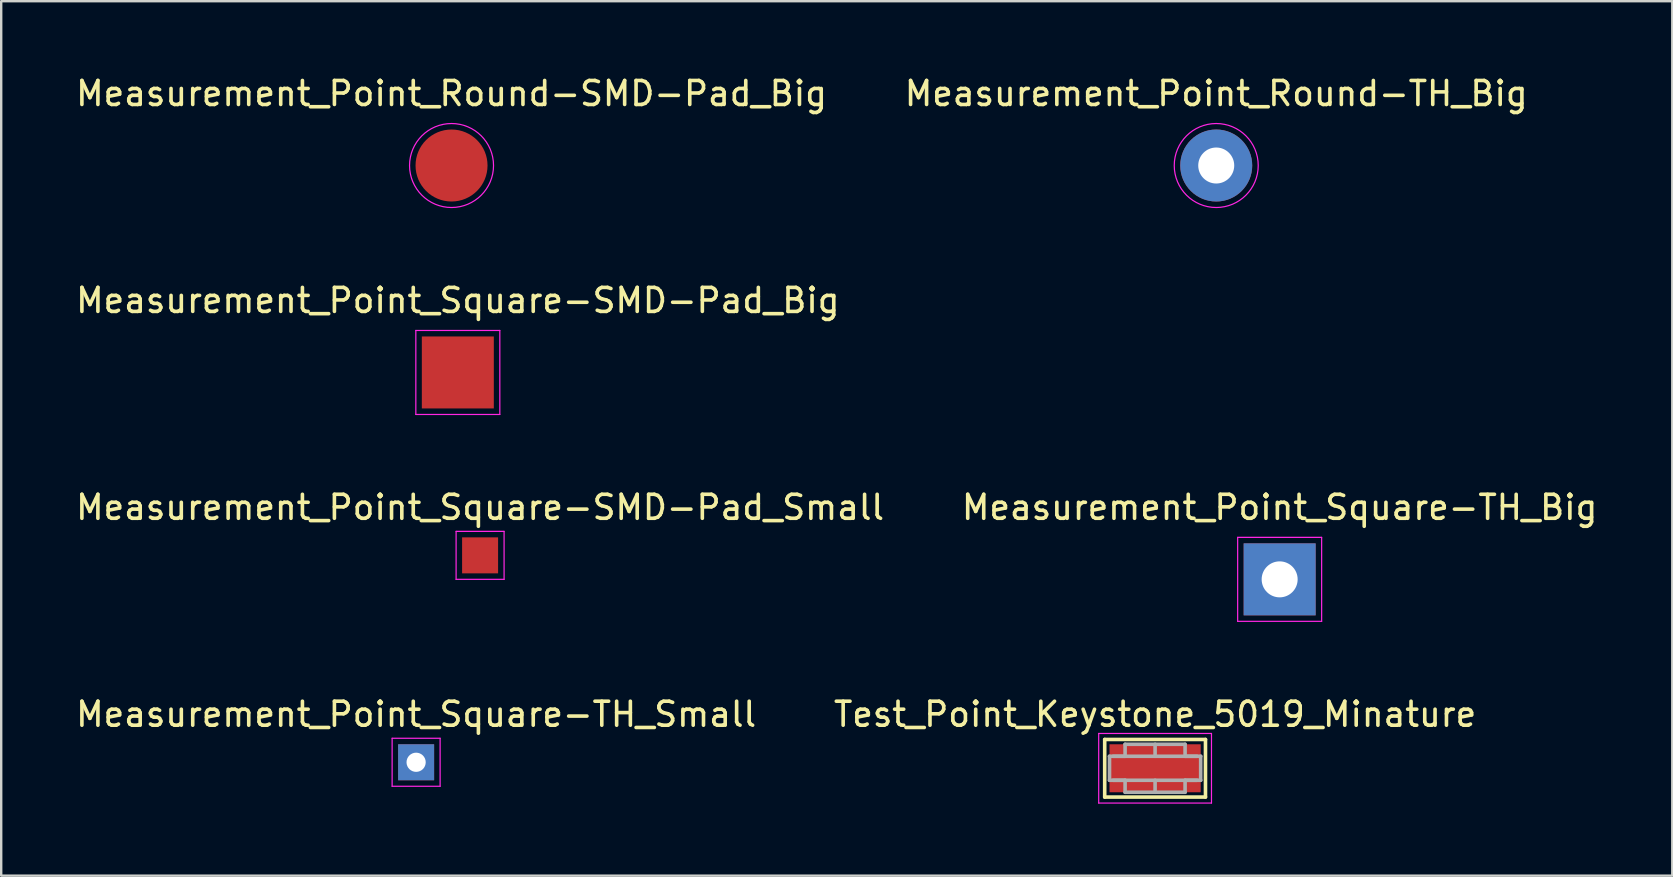
<source format=kicad_pcb>
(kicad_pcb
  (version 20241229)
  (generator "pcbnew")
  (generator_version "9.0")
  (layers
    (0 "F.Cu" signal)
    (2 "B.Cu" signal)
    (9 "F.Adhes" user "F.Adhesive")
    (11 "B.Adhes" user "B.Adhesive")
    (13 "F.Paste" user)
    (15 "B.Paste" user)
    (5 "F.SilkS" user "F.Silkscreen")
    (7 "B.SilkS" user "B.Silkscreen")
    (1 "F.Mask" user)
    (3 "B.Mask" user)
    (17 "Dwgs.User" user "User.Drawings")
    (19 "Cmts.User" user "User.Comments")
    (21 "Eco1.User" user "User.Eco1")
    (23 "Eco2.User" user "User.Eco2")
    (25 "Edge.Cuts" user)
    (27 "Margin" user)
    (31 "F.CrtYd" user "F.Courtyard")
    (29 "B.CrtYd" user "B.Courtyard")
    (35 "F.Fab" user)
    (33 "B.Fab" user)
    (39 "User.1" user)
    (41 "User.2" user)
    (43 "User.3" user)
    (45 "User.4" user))
  (footprint "Measurement_Point_Square-SMD-Pad_Small"
    (layer "F.Cu")
    (at 16.958 20.095)
    (property "Reference" "Measurement_Point_Square-SMD-Pad_Small" (at 0 -2 0) (layer "F.SilkS") (effects (font (size 1 1) (thickness 0.15))))
    (attr exclude_from_pos_files exclude_from_bom)
    (fp_line (start -1 -1) (end 1 -1) (stroke (width 0.05) (type solid)) (layer "F.CrtYd"))
    (fp_line (start -1 1) (end -1 -1) (stroke (width 0.05) (type solid)) (layer "F.CrtYd"))
    (fp_line (start 1 -1) (end 1 1) (stroke (width 0.05) (type solid)) (layer "F.CrtYd"))
    (fp_line (start 1 1) (end -1 1) (stroke (width 0.05) (type solid)) (layer "F.CrtYd"))
    (pad "1" smd rect (at 0 0) (size 1.5 1.5) (layers "F.Cu" "F.Mask")))
  (footprint "Measurement_Point_Square-TH_Big"
    (layer "F.Cu")
    (at 50.28 21.095)
    (property "Reference" "Measurement_Point_Square-TH_Big" (at 0 -3 0) (layer "F.SilkS") (effects (font (size 1 1) (thickness 0.15))))
    (attr exclude_from_pos_files exclude_from_bom)
    (fp_line (start -1.75 -1.75) (end 1.75 -1.75) (stroke (width 0.05) (type solid)) (layer "F.CrtYd"))
    (fp_line (start -1.75 1.75) (end -1.75 -1.75) (stroke (width 0.05) (type solid)) (layer "F.CrtYd"))
    (fp_line (start 1.75 -1.75) (end 1.75 1.75) (stroke (width 0.05) (type solid)) (layer "F.CrtYd"))
    (fp_line (start 1.75 1.75) (end -1.75 1.75) (stroke (width 0.05) (type solid)) (layer "F.CrtYd"))
    (pad "1" thru_hole rect (at 0 0) (size 3 3) (drill 1.5) (layers "*.Cu" "*.Mask")))
  (footprint "Test_Point_Keystone_5019_Minature"
    (layer "F.Cu")
    (at 45.089 28.968)
    (property "Reference" "Test_Point_Keystone_5019_Minature" (at 0 -2.25 0) (layer "F.SilkS") (effects (font (size 1 1) (thickness 0.15))))
    (attr exclude_from_pos_files exclude_from_bom)
    (fp_line (start -2.1 -1.2) (end 2.1 -1.2) (stroke (width 0.15) (type solid)) (layer "F.SilkS"))
    (fp_line (start -2.1 1.2) (end -2.1 -1.2) (stroke (width 0.15) (type solid)) (layer "F.SilkS"))
    (fp_line (start 2.1 -1.2) (end 2.1 1.2) (stroke (width 0.15) (type solid)) (layer "F.SilkS"))
    (fp_line (start 2.1 1.2) (end -2.1 1.2) (stroke (width 0.15) (type solid)) (layer "F.SilkS"))
    (fp_line (start -2.35 -1.45) (end 2.35 -1.45) (stroke (width 0.05) (type solid)) (layer "F.CrtYd"))
    (fp_line (start -2.35 1.45) (end -2.35 -1.45) (stroke (width 0.05) (type solid)) (layer "F.CrtYd"))
    (fp_line (start 2.35 -1.45) (end 2.35 1.45) (stroke (width 0.05) (type solid)) (layer "F.CrtYd"))
    (fp_line (start 2.35 1.45) (end -2.35 1.45) (stroke (width 0.05) (type solid)) (layer "F.CrtYd"))
    (fp_line (start -1.9 -0.5) (end -1.9 0.5) (stroke (width 0.15) (type solid)) (layer "F.Fab"))
    (fp_line (start -1.9 -0.5) (end 1.9 -0.5) (stroke (width 0.15) (type solid)) (layer "F.Fab"))
    (fp_line (start -1.75 0.5) (end -1.25 0.5) (stroke (width 0.15) (type solid)) (layer "F.Fab"))
    (fp_line (start -1.25 -1) (end -1.25 -0.5) (stroke (width 0.15) (type solid)) (layer "F.Fab"))
    (fp_line (start -1.25 -0.5) (end -1.75 -0.5) (stroke (width 0.15) (type solid)) (layer "F.Fab"))
    (fp_line (start -1.25 0.5) (end -1.25 1) (stroke (width 0.15) (type solid)) (layer "F.Fab"))
    (fp_line (start -1.25 1) (end 1.25 1) (stroke (width 0.15) (type solid)) (layer "F.Fab"))
    (fp_line (start 0 -1) (end 0 -0.5) (stroke (width 0.15) (type solid)) (layer "F.Fab"))
    (fp_line (start 0 0.5) (end 0 1) (stroke (width 0.15) (type solid)) (layer "F.Fab"))
    (fp_line (start 1.25 -1) (end -1.25 -1) (stroke (width 0.15) (type solid)) (layer "F.Fab"))
    (fp_line (start 1.25 -0.5) (end 1.25 -1) (stroke (width 0.15) (type solid)) (layer "F.Fab"))
    (fp_line (start 1.25 0.5) (end 1.75 0.5) (stroke (width 0.15) (type solid)) (layer "F.Fab"))
    (fp_line (start 1.25 1) (end 1.25 0.5) (stroke (width 0.15) (type solid)) (layer "F.Fab"))
    (fp_line (start 1.75 -0.5) (end 1.25 -0.5) (stroke (width 0.15) (type solid)) (layer "F.Fab"))
    (fp_line (start 1.9 0.5) (end -1.9 0.5) (stroke (width 0.15) (type solid)) (layer "F.Fab"))
    (fp_line (start 1.9 0.5) (end 1.9 -0.5) (stroke (width 0.15) (type solid)) (layer "F.Fab"))
    (pad "1" smd rect (at 0 0) (size 3.8 2) (layers "F.Cu" "F.Mask" "F.Paste")))
  (footprint "Measurement_Point_Square-TH_Small"
    (layer "F.Cu")
    (at 14.292 28.718)
    (property "Reference" "Measurement_Point_Square-TH_Small" (at 0 -2 0) (layer "F.SilkS") (effects (font (size 1 1) (thickness 0.15))))
    (attr exclude_from_pos_files exclude_from_bom)
    (fp_line (start -1 -1) (end 1 -1) (stroke (width 0.05) (type solid)) (layer "F.CrtYd"))
    (fp_line (start -1 1) (end -1 -1) (stroke (width 0.05) (type solid)) (layer "F.CrtYd"))
    (fp_line (start 1 -1) (end 1 1) (stroke (width 0.05) (type solid)) (layer "F.CrtYd"))
    (fp_line (start 1 1) (end -1 1) (stroke (width 0.05) (type solid)) (layer "F.CrtYd"))
    (pad "1" thru_hole rect (at 0 0) (size 1.5 1.5) (drill 0.8) (layers "*.Cu" "*.Mask")))
  (footprint "Measurement_Point_Round-SMD-Pad_Big"
    (layer "F.Cu")
    (at 15.768 3.848)
    (property "Reference" "Measurement_Point_Round-SMD-Pad_Big" (at 0 -3 0) (layer "F.SilkS") (effects (font (size 1 1) (thickness 0.15))))
    (attr exclude_from_pos_files exclude_from_bom)
    (fp_circle (center 0 0) (end 1.75 0) (stroke (width 0.05) (type solid)) (fill no) (layer "F.CrtYd"))
    (pad "1" smd circle (at 0 0) (size 3 3) (layers "F.Cu" "F.Mask")))
  (footprint "Measurement_Point_Square-SMD-Pad_Big"
    (layer "F.Cu")
    (at 16.03 12.472)
    (property "Reference" "Measurement_Point_Square-SMD-Pad_Big" (at 0 -3 0) (layer "F.SilkS") (effects (font (size 1 1) (thickness 0.15))))
    (attr exclude_from_pos_files exclude_from_bom)
    (fp_line (start -1.75 -1.75) (end 1.75 -1.75) (stroke (width 0.05) (type solid)) (layer "F.CrtYd"))
    (fp_line (start -1.75 1.75) (end -1.75 -1.75) (stroke (width 0.05) (type solid)) (layer "F.CrtYd"))
    (fp_line (start 1.75 -1.75) (end 1.75 1.75) (stroke (width 0.05) (type solid)) (layer "F.CrtYd"))
    (fp_line (start 1.75 1.75) (end -1.75 1.75) (stroke (width 0.05) (type solid)) (layer "F.CrtYd"))
    (pad "1" smd rect (at 0 0) (size 3 3) (layers "F.Cu" "F.Mask")))
  (footprint "Measurement_Point_Round-TH_Big"
    (layer "F.Cu")
    (at 47.637 3.848)
    (property "Reference" "Measurement_Point_Round-TH_Big" (at 0 -3 0) (layer "F.SilkS") (effects (font (size 1 1) (thickness 0.15))))
    (attr exclude_from_pos_files exclude_from_bom)
    (fp_circle (center 0 0) (end 1.75 0) (stroke (width 0.05) (type solid)) (fill no) (layer "F.CrtYd"))
    (pad "1" thru_hole circle (at 0 0) (size 3 3) (drill 1.5) (layers "*.Cu" "*.Mask")))
  (gr_rect
    (start -3 -3)
    (end 66.643 33.443)
    (stroke (width 0.1) (type default))
    (fill no)
    (layer "Edge.Cuts")))
</source>
